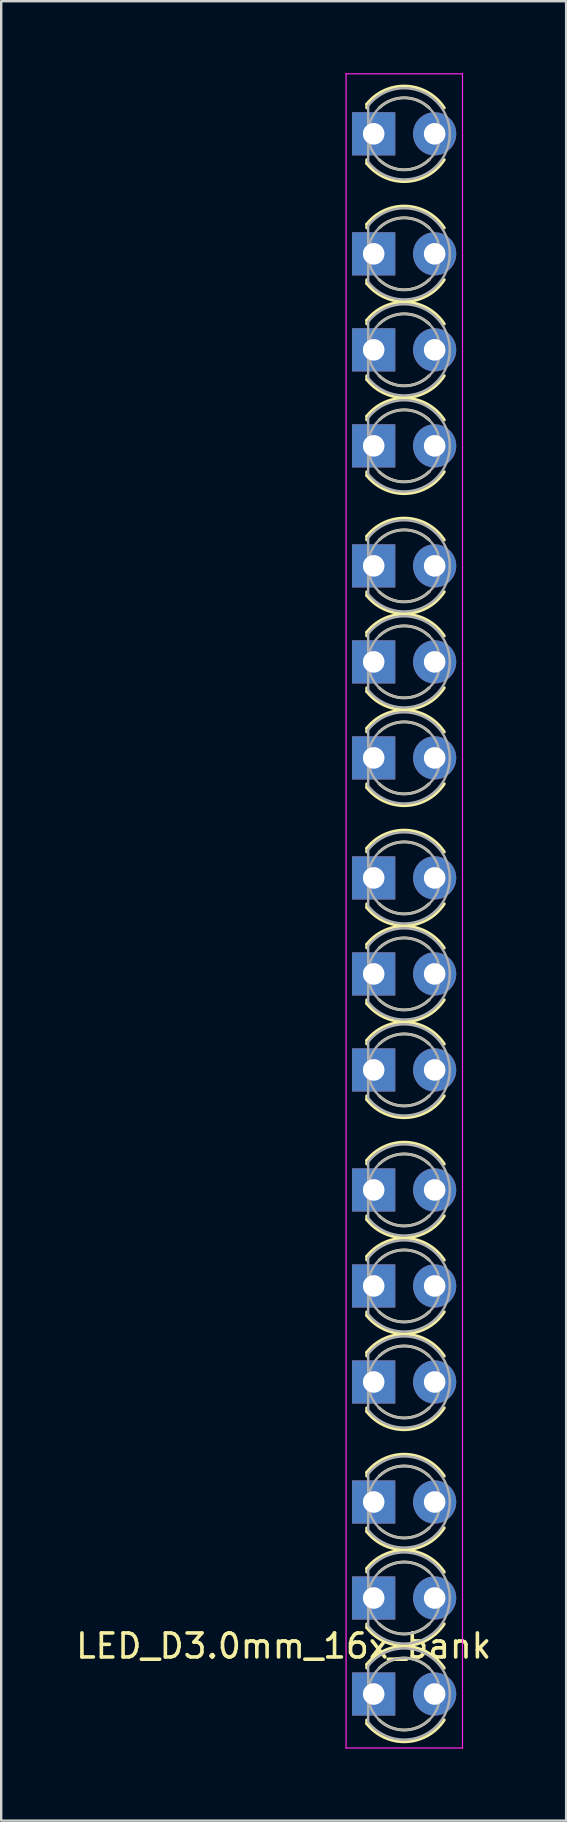
<source format=kicad_pcb>
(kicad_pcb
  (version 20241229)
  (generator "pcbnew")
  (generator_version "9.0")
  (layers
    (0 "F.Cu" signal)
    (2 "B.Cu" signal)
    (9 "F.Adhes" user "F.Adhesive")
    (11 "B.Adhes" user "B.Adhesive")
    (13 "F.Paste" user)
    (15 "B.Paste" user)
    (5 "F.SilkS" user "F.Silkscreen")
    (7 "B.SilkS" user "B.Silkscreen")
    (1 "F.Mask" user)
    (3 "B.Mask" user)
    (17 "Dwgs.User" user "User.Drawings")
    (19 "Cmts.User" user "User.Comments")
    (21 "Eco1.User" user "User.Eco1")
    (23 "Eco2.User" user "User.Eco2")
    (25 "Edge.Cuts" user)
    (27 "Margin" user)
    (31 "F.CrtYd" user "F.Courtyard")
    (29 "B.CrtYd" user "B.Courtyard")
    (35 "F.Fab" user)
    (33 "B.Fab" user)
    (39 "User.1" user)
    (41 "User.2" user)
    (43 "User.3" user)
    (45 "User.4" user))
  (footprint "LED_D3.0mm_16x_bank"
    (layer "F.Cu")
    (at 12.518 67.525)
    (property "Reference" "LED_D3.0mm_16x_bank" (at -3.75 -2 0) (layer "F.SilkS") (effects (font (size 1 1) (thickness 0.15))))
    (attr through_hole)
    (fp_line (start -0.29 -66.236) (end -0.29 -66.08) (stroke (width 0.12) (type solid)) (layer "F.SilkS"))
    (fp_line (start -0.29 -63.92) (end -0.29 -63.764) (stroke (width 0.12) (type solid)) (layer "F.SilkS"))
    (fp_line (start -0.29 -61.236) (end -0.29 -61.08) (stroke (width 0.12) (type solid)) (layer "F.SilkS"))
    (fp_line (start -0.29 -58.92) (end -0.29 -58.764) (stroke (width 0.12) (type solid)) (layer "F.SilkS"))
    (fp_line (start -0.29 -57.236) (end -0.29 -57.08) (stroke (width 0.12) (type solid)) (layer "F.SilkS"))
    (fp_line (start -0.29 -54.92) (end -0.29 -54.764) (stroke (width 0.12) (type solid)) (layer "F.SilkS"))
    (fp_line (start -0.29 -53.236) (end -0.29 -53.08) (stroke (width 0.12) (type solid)) (layer "F.SilkS"))
    (fp_line (start -0.29 -50.92) (end -0.29 -50.764) (stroke (width 0.12) (type solid)) (layer "F.SilkS"))
    (fp_line (start -0.29 -48.236) (end -0.29 -48.08) (stroke (width 0.12) (type solid)) (layer "F.SilkS"))
    (fp_line (start -0.29 -45.92) (end -0.29 -45.764) (stroke (width 0.12) (type solid)) (layer "F.SilkS"))
    (fp_line (start -0.29 -44.236) (end -0.29 -44.08) (stroke (width 0.12) (type solid)) (layer "F.SilkS"))
    (fp_line (start -0.29 -41.92) (end -0.29 -41.764) (stroke (width 0.12) (type solid)) (layer "F.SilkS"))
    (fp_line (start -0.29 -40.236) (end -0.29 -40.08) (stroke (width 0.12) (type solid)) (layer "F.SilkS"))
    (fp_line (start -0.29 -37.92) (end -0.29 -37.764) (stroke (width 0.12) (type solid)) (layer "F.SilkS"))
    (fp_line (start -0.29 -35.236) (end -0.29 -35.08) (stroke (width 0.12) (type solid)) (layer "F.SilkS"))
    (fp_line (start -0.29 -32.92) (end -0.29 -32.764) (stroke (width 0.12) (type solid)) (layer "F.SilkS"))
    (fp_line (start -0.29 -31.236) (end -0.29 -31.08) (stroke (width 0.12) (type solid)) (layer "F.SilkS"))
    (fp_line (start -0.29 -28.92) (end -0.29 -28.764) (stroke (width 0.12) (type solid)) (layer "F.SilkS"))
    (fp_line (start -0.29 -27.236) (end -0.29 -27.08) (stroke (width 0.12) (type solid)) (layer "F.SilkS"))
    (fp_line (start -0.29 -24.92) (end -0.29 -24.764) (stroke (width 0.12) (type solid)) (layer "F.SilkS"))
    (fp_line (start -0.29 -22.236) (end -0.29 -22.08) (stroke (width 0.12) (type solid)) (layer "F.SilkS"))
    (fp_line (start -0.29 -19.92) (end -0.29 -19.764) (stroke (width 0.12) (type solid)) (layer "F.SilkS"))
    (fp_line (start -0.29 -18.236) (end -0.29 -18.08) (stroke (width 0.12) (type solid)) (layer "F.SilkS"))
    (fp_line (start -0.29 -15.92) (end -0.29 -15.764) (stroke (width 0.12) (type solid)) (layer "F.SilkS"))
    (fp_line (start -0.29 -14.236) (end -0.29 -14.08) (stroke (width 0.12) (type solid)) (layer "F.SilkS"))
    (fp_line (start -0.29 -11.92) (end -0.29 -11.764) (stroke (width 0.12) (type solid)) (layer "F.SilkS"))
    (fp_line (start -0.29 -9.236) (end -0.29 -9.08) (stroke (width 0.12) (type solid)) (layer "F.SilkS"))
    (fp_line (start -0.29 -6.92) (end -0.29 -6.764) (stroke (width 0.12) (type solid)) (layer "F.SilkS"))
    (fp_line (start -0.29 -5.236) (end -0.29 -5.08) (stroke (width 0.12) (type solid)) (layer "F.SilkS"))
    (fp_line (start -0.29 -2.92) (end -0.29 -2.764) (stroke (width 0.12) (type solid)) (layer "F.SilkS"))
    (fp_line (start -0.29 -1.236) (end -0.29 -1.08) (stroke (width 0.12) (type solid)) (layer "F.SilkS"))
    (fp_line (start -0.29 1.08) (end -0.29 1.236) (stroke (width 0.12) (type solid)) (layer "F.SilkS"))
    (fp_arc (start -0.29 -66.235516) (mid 1.366487 -66.987659) (end 2.942335 -66.078608) (stroke (width 0.12) (type solid)) (layer "F.SilkS"))
    (fp_arc (start -0.29 -61.235516) (mid 1.366487 -61.987659) (end 2.942335 -61.078608) (stroke (width 0.12) (type solid)) (layer "F.SilkS"))
    (fp_arc (start -0.29 -57.235516) (mid 1.366487 -57.987659) (end 2.942335 -57.078608) (stroke (width 0.12) (type solid)) (layer "F.SilkS"))
    (fp_arc (start -0.29 -53.235516) (mid 1.366487 -53.987659) (end 2.942335 -53.078608) (stroke (width 0.12) (type solid)) (layer "F.SilkS"))
    (fp_arc (start -0.29 -48.235516) (mid 1.366487 -48.987659) (end 2.942335 -48.078608) (stroke (width 0.12) (type solid)) (layer "F.SilkS"))
    (fp_arc (start -0.29 -44.235516) (mid 1.366487 -44.987659) (end 2.942335 -44.078608) (stroke (width 0.12) (type solid)) (layer "F.SilkS"))
    (fp_arc (start -0.29 -40.235516) (mid 1.366487 -40.987659) (end 2.942335 -40.078608) (stroke (width 0.12) (type solid)) (layer "F.SilkS"))
    (fp_arc (start -0.29 -35.235516) (mid 1.366487 -35.987659) (end 2.942335 -35.078608) (stroke (width 0.12) (type solid)) (layer "F.SilkS"))
    (fp_arc (start -0.29 -31.235516) (mid 1.366487 -31.987659) (end 2.942335 -31.078608) (stroke (width 0.12) (type solid)) (layer "F.SilkS"))
    (fp_arc (start -0.29 -27.235516) (mid 1.366487 -27.987659) (end 2.942335 -27.078608) (stroke (width 0.12) (type solid)) (layer "F.SilkS"))
    (fp_arc (start -0.29 -22.235516) (mid 1.366487 -22.987659) (end 2.942335 -22.078608) (stroke (width 0.12) (type solid)) (layer "F.SilkS"))
    (fp_arc (start -0.29 -18.235516) (mid 1.366487 -18.987659) (end 2.942335 -18.078608) (stroke (width 0.12) (type solid)) (layer "F.SilkS"))
    (fp_arc (start -0.29 -14.235516) (mid 1.366487 -14.987659) (end 2.942335 -14.078608) (stroke (width 0.12) (type solid)) (layer "F.SilkS"))
    (fp_arc (start -0.29 -9.235516) (mid 1.366487 -9.987659) (end 2.942335 -9.078608) (stroke (width 0.12) (type solid)) (layer "F.SilkS"))
    (fp_arc (start -0.29 -5.235516) (mid 1.366487 -5.987659) (end 2.942335 -5.078608) (stroke (width 0.12) (type solid)) (layer "F.SilkS"))
    (fp_arc (start -0.29 -1.235516) (mid 1.366487 -1.987659) (end 2.942335 -1.078608) (stroke (width 0.12) (type solid)) (layer "F.SilkS"))
    (fp_arc (start 0.229039 -66.08) (mid 1.270117 -66.5) (end 2.31113 -66.079837) (stroke (width 0.12) (type solid)) (layer "F.SilkS"))
    (fp_arc (start 0.229039 -61.08) (mid 1.270117 -61.5) (end 2.31113 -61.079837) (stroke (width 0.12) (type solid)) (layer "F.SilkS"))
    (fp_arc (start 0.229039 -57.08) (mid 1.270117 -57.5) (end 2.31113 -57.079837) (stroke (width 0.12) (type solid)) (layer "F.SilkS"))
    (fp_arc (start 0.229039 -53.08) (mid 1.270117 -53.5) (end 2.31113 -53.079837) (stroke (width 0.12) (type solid)) (layer "F.SilkS"))
    (fp_arc (start 0.229039 -48.08) (mid 1.270117 -48.5) (end 2.31113 -48.079837) (stroke (width 0.12) (type solid)) (layer "F.SilkS"))
    (fp_arc (start 0.229039 -44.08) (mid 1.270117 -44.5) (end 2.31113 -44.079837) (stroke (width 0.12) (type solid)) (layer "F.SilkS"))
    (fp_arc (start 0.229039 -40.08) (mid 1.270117 -40.5) (end 2.31113 -40.079837) (stroke (width 0.12) (type solid)) (layer "F.SilkS"))
    (fp_arc (start 0.229039 -35.08) (mid 1.270117 -35.5) (end 2.31113 -35.079837) (stroke (width 0.12) (type solid)) (layer "F.SilkS"))
    (fp_arc (start 0.229039 -31.08) (mid 1.270117 -31.5) (end 2.31113 -31.079837) (stroke (width 0.12) (type solid)) (layer "F.SilkS"))
    (fp_arc (start 0.229039 -27.08) (mid 1.270117 -27.5) (end 2.31113 -27.079837) (stroke (width 0.12) (type solid)) (layer "F.SilkS"))
    (fp_arc (start 0.229039 -22.08) (mid 1.270117 -22.5) (end 2.31113 -22.079837) (stroke (width 0.12) (type solid)) (layer "F.SilkS"))
    (fp_arc (start 0.229039 -18.08) (mid 1.270117 -18.5) (end 2.31113 -18.079837) (stroke (width 0.12) (type solid)) (layer "F.SilkS"))
    (fp_arc (start 0.229039 -14.08) (mid 1.270117 -14.5) (end 2.31113 -14.079837) (stroke (width 0.12) (type solid)) (layer "F.SilkS"))
    (fp_arc (start 0.229039 -9.08) (mid 1.270117 -9.5) (end 2.31113 -9.079837) (stroke (width 0.12) (type solid)) (layer "F.SilkS"))
    (fp_arc (start 0.229039 -5.08) (mid 1.270117 -5.5) (end 2.31113 -5.079837) (stroke (width 0.12) (type solid)) (layer "F.SilkS"))
    (fp_arc (start 0.229039 -1.08) (mid 1.270117 -1.5) (end 2.31113 -1.079837) (stroke (width 0.12) (type solid)) (layer "F.SilkS"))
    (fp_arc (start 2.31113 -63.920163) (mid 1.270117 -63.5) (end 0.229039 -63.92) (stroke (width 0.12) (type solid)) (layer "F.SilkS"))
    (fp_arc (start 2.31113 -58.920163) (mid 1.270117 -58.5) (end 0.229039 -58.92) (stroke (width 0.12) (type solid)) (layer "F.SilkS"))
    (fp_arc (start 2.31113 -54.920163) (mid 1.270117 -54.5) (end 0.229039 -54.92) (stroke (width 0.12) (type solid)) (layer "F.SilkS"))
    (fp_arc (start 2.31113 -50.920163) (mid 1.270117 -50.5) (end 0.229039 -50.92) (stroke (width 0.12) (type solid)) (layer "F.SilkS"))
    (fp_arc (start 2.31113 -45.920163) (mid 1.270117 -45.5) (end 0.229039 -45.92) (stroke (width 0.12) (type solid)) (layer "F.SilkS"))
    (fp_arc (start 2.31113 -41.920163) (mid 1.270117 -41.5) (end 0.229039 -41.92) (stroke (width 0.12) (type solid)) (layer "F.SilkS"))
    (fp_arc (start 2.31113 -37.920163) (mid 1.270117 -37.5) (end 0.229039 -37.92) (stroke (width 0.12) (type solid)) (layer "F.SilkS"))
    (fp_arc (start 2.31113 -32.920163) (mid 1.270117 -32.5) (end 0.229039 -32.92) (stroke (width 0.12) (type solid)) (layer "F.SilkS"))
    (fp_arc (start 2.31113 -28.920163) (mid 1.270117 -28.5) (end 0.229039 -28.92) (stroke (width 0.12) (type solid)) (layer "F.SilkS"))
    (fp_arc (start 2.31113 -24.920163) (mid 1.270117 -24.5) (end 0.229039 -24.92) (stroke (width 0.12) (type solid)) (layer "F.SilkS"))
    (fp_arc (start 2.31113 -19.920163) (mid 1.270117 -19.5) (end 0.229039 -19.92) (stroke (width 0.12) (type solid)) (layer "F.SilkS"))
    (fp_arc (start 2.31113 -15.920163) (mid 1.270117 -15.5) (end 0.229039 -15.92) (stroke (width 0.12) (type solid)) (layer "F.SilkS"))
    (fp_arc (start 2.31113 -11.920163) (mid 1.270117 -11.5) (end 0.229039 -11.92) (stroke (width 0.12) (type solid)) (layer "F.SilkS"))
    (fp_arc (start 2.31113 -6.920163) (mid 1.270117 -6.5) (end 0.229039 -6.92) (stroke (width 0.12) (type solid)) (layer "F.SilkS"))
    (fp_arc (start 2.31113 -2.920163) (mid 1.270117 -2.5) (end 0.229039 -2.92) (stroke (width 0.12) (type solid)) (layer "F.SilkS"))
    (fp_arc (start 2.31113 1.079837) (mid 1.270117 1.5) (end 0.229039 1.08) (stroke (width 0.12) (type solid)) (layer "F.SilkS"))
    (fp_arc (start 2.942335 -63.921392) (mid 1.366487 -63.012341) (end -0.29 -63.764484) (stroke (width 0.12) (type solid)) (layer "F.SilkS"))
    (fp_arc (start 2.942335 -58.921392) (mid 1.366487 -58.012341) (end -0.29 -58.764484) (stroke (width 0.12) (type solid)) (layer "F.SilkS"))
    (fp_arc (start 2.942335 -54.921392) (mid 1.366487 -54.012341) (end -0.29 -54.764484) (stroke (width 0.12) (type solid)) (layer "F.SilkS"))
    (fp_arc (start 2.942335 -50.921392) (mid 1.366487 -50.012341) (end -0.29 -50.764484) (stroke (width 0.12) (type solid)) (layer "F.SilkS"))
    (fp_arc (start 2.942335 -45.921392) (mid 1.366487 -45.012341) (end -0.29 -45.764484) (stroke (width 0.12) (type solid)) (layer "F.SilkS"))
    (fp_arc (start 2.942335 -41.921392) (mid 1.366487 -41.012341) (end -0.29 -41.764484) (stroke (width 0.12) (type solid)) (layer "F.SilkS"))
    (fp_arc (start 2.942335 -37.921392) (mid 1.366487 -37.012341) (end -0.29 -37.764484) (stroke (width 0.12) (type solid)) (layer "F.SilkS"))
    (fp_arc (start 2.942335 -32.921392) (mid 1.366487 -32.012341) (end -0.29 -32.764484) (stroke (width 0.12) (type solid)) (layer "F.SilkS"))
    (fp_arc (start 2.942335 -28.921392) (mid 1.366487 -28.012341) (end -0.29 -28.764484) (stroke (width 0.12) (type solid)) (layer "F.SilkS"))
    (fp_arc (start 2.942335 -24.921392) (mid 1.366487 -24.012341) (end -0.29 -24.764484) (stroke (width 0.12) (type solid)) (layer "F.SilkS"))
    (fp_arc (start 2.942335 -19.921392) (mid 1.366487 -19.012341) (end -0.29 -19.764484) (stroke (width 0.12) (type solid)) (layer "F.SilkS"))
    (fp_arc (start 2.942335 -15.921392) (mid 1.366487 -15.012341) (end -0.29 -15.764484) (stroke (width 0.12) (type solid)) (layer "F.SilkS"))
    (fp_arc (start 2.942335 -11.921392) (mid 1.366487 -11.012341) (end -0.29 -11.764484) (stroke (width 0.12) (type solid)) (layer "F.SilkS"))
    (fp_arc (start 2.942335 -6.921392) (mid 1.366487 -6.012341) (end -0.29 -6.764484) (stroke (width 0.12) (type solid)) (layer "F.SilkS"))
    (fp_arc (start 2.942335 -2.921392) (mid 1.366487 -2.012341) (end -0.29 -2.764484) (stroke (width 0.12) (type solid)) (layer "F.SilkS"))
    (fp_arc (start 2.942335 1.078608) (mid 1.366487 1.987659) (end -0.29 1.235516) (stroke (width 0.12) (type solid)) (layer "F.SilkS"))
    (fp_line (start -1.15 -67.5) (end -1.15 2.25) (stroke (width 0.05) (type solid)) (layer "F.CrtYd"))
    (fp_line (start -1.15 2.25) (end 3.7 2.25) (stroke (width 0.05) (type solid)) (layer "F.CrtYd"))
    (fp_line (start 3.7 -67.5) (end -1.15 -67.5) (stroke (width 0.05) (type solid)) (layer "F.CrtYd"))
    (fp_line (start 3.7 -67.5) (end 3.7 2.25) (stroke (width 0.05) (type solid)) (layer "F.CrtYd"))
    (fp_line (start -0.23 -66.166) (end -0.23 -63.834) (stroke (width 0.1) (type solid)) (layer "F.Fab"))
    (fp_line (start -0.23 -61.166) (end -0.23 -58.834) (stroke (width 0.1) (type solid)) (layer "F.Fab"))
    (fp_line (start -0.23 -57.166) (end -0.23 -54.834) (stroke (width 0.1) (type solid)) (layer "F.Fab"))
    (fp_line (start -0.23 -53.166) (end -0.23 -50.834) (stroke (width 0.1) (type solid)) (layer "F.Fab"))
    (fp_line (start -0.23 -48.166) (end -0.23 -45.834) (stroke (width 0.1) (type solid)) (layer "F.Fab"))
    (fp_line (start -0.23 -44.166) (end -0.23 -41.834) (stroke (width 0.1) (type solid)) (layer "F.Fab"))
    (fp_line (start -0.23 -40.166) (end -0.23 -37.834) (stroke (width 0.1) (type solid)) (layer "F.Fab"))
    (fp_line (start -0.23 -35.166) (end -0.23 -32.834) (stroke (width 0.1) (type solid)) (layer "F.Fab"))
    (fp_line (start -0.23 -31.166) (end -0.23 -28.834) (stroke (width 0.1) (type solid)) (layer "F.Fab"))
    (fp_line (start -0.23 -27.166) (end -0.23 -24.834) (stroke (width 0.1) (type solid)) (layer "F.Fab"))
    (fp_line (start -0.23 -22.166) (end -0.23 -19.834) (stroke (width 0.1) (type solid)) (layer "F.Fab"))
    (fp_line (start -0.23 -18.166) (end -0.23 -15.834) (stroke (width 0.1) (type solid)) (layer "F.Fab"))
    (fp_line (start -0.23 -14.166) (end -0.23 -11.834) (stroke (width 0.1) (type solid)) (layer "F.Fab"))
    (fp_line (start -0.23 -9.166) (end -0.23 -6.834) (stroke (width 0.1) (type solid)) (layer "F.Fab"))
    (fp_line (start -0.23 -5.166) (end -0.23 -2.834) (stroke (width 0.1) (type solid)) (layer "F.Fab"))
    (fp_line (start -0.23 -1.166) (end -0.23 1.166) (stroke (width 0.1) (type solid)) (layer "F.Fab"))
    (fp_arc (start -0.23 -66.16619) (mid 3.17 -64.999548) (end -0.230555 -63.834524) (stroke (width 0.1) (type solid)) (layer "F.Fab"))
    (fp_arc (start -0.23 -61.16619) (mid 3.17 -59.999548) (end -0.230555 -58.834524) (stroke (width 0.1) (type solid)) (layer "F.Fab"))
    (fp_arc (start -0.23 -57.16619) (mid 3.17 -55.999548) (end -0.230555 -54.834524) (stroke (width 0.1) (type solid)) (layer "F.Fab"))
    (fp_arc (start -0.23 -53.16619) (mid 3.17 -51.999548) (end -0.230555 -50.834524) (stroke (width 0.1) (type solid)) (layer "F.Fab"))
    (fp_arc (start -0.23 -48.16619) (mid 3.17 -46.999548) (end -0.230555 -45.834524) (stroke (width 0.1) (type solid)) (layer "F.Fab"))
    (fp_arc (start -0.23 -44.16619) (mid 3.17 -42.999548) (end -0.230555 -41.834524) (stroke (width 0.1) (type solid)) (layer "F.Fab"))
    (fp_arc (start -0.23 -40.16619) (mid 3.17 -38.999548) (end -0.230555 -37.834524) (stroke (width 0.1) (type solid)) (layer "F.Fab"))
    (fp_arc (start -0.23 -35.16619) (mid 3.17 -33.999548) (end -0.230555 -32.834524) (stroke (width 0.1) (type solid)) (layer "F.Fab"))
    (fp_arc (start -0.23 -31.16619) (mid 3.17 -29.999548) (end -0.230555 -28.834524) (stroke (width 0.1) (type solid)) (layer "F.Fab"))
    (fp_arc (start -0.23 -27.16619) (mid 3.17 -25.999548) (end -0.230555 -24.834524) (stroke (width 0.1) (type solid)) (layer "F.Fab"))
    (fp_arc (start -0.23 -22.16619) (mid 3.17 -20.999548) (end -0.230555 -19.834524) (stroke (width 0.1) (type solid)) (layer "F.Fab"))
    (fp_arc (start -0.23 -18.16619) (mid 3.17 -16.999548) (end -0.230555 -15.834524) (stroke (width 0.1) (type solid)) (layer "F.Fab"))
    (fp_arc (start -0.23 -14.16619) (mid 3.17 -12.999548) (end -0.230555 -11.834524) (stroke (width 0.1) (type solid)) (layer "F.Fab"))
    (fp_arc (start -0.23 -9.16619) (mid 3.17 -7.999548) (end -0.230555 -6.834524) (stroke (width 0.1) (type solid)) (layer "F.Fab"))
    (fp_arc (start -0.23 -5.16619) (mid 3.17 -3.999548) (end -0.230555 -2.834524) (stroke (width 0.1) (type solid)) (layer "F.Fab"))
    (fp_arc (start -0.23 -1.16619) (mid 3.17 0.000452) (end -0.230555 1.165476) (stroke (width 0.1) (type solid)) (layer "F.Fab"))
    (fp_circle (center 1.27 -65) (end 2.77 -65) (stroke (width 0.1) (type solid)) (fill no) (layer "F.Fab"))
    (fp_circle (center 1.27 -60) (end 2.77 -60) (stroke (width 0.1) (type solid)) (fill no) (layer "F.Fab"))
    (fp_circle (center 1.27 -56) (end 2.77 -56) (stroke (width 0.1) (type solid)) (fill no) (layer "F.Fab"))
    (fp_circle (center 1.27 -52) (end 2.77 -52) (stroke (width 0.1) (type solid)) (fill no) (layer "F.Fab"))
    (fp_circle (center 1.27 -47) (end 2.77 -47) (stroke (width 0.1) (type solid)) (fill no) (layer "F.Fab"))
    (fp_circle (center 1.27 -43) (end 2.77 -43) (stroke (width 0.1) (type solid)) (fill no) (layer "F.Fab"))
    (fp_circle (center 1.27 -39) (end 2.77 -39) (stroke (width 0.1) (type solid)) (fill no) (layer "F.Fab"))
    (fp_circle (center 1.27 -34) (end 2.77 -34) (stroke (width 0.1) (type solid)) (fill no) (layer "F.Fab"))
    (fp_circle (center 1.27 -30) (end 2.77 -30) (stroke (width 0.1) (type solid)) (fill no) (layer "F.Fab"))
    (fp_circle (center 1.27 -26) (end 2.77 -26) (stroke (width 0.1) (type solid)) (fill no) (layer "F.Fab"))
    (fp_circle (center 1.27 -21) (end 2.77 -21) (stroke (width 0.1) (type solid)) (fill no) (layer "F.Fab"))
    (fp_circle (center 1.27 -17) (end 2.77 -17) (stroke (width 0.1) (type solid)) (fill no) (layer "F.Fab"))
    (fp_circle (center 1.27 -13) (end 2.77 -13) (stroke (width 0.1) (type solid)) (fill no) (layer "F.Fab"))
    (fp_circle (center 1.27 -8) (end 2.77 -8) (stroke (width 0.1) (type solid)) (fill no) (layer "F.Fab"))
    (fp_circle (center 1.27 -4) (end 2.77 -4) (stroke (width 0.1) (type solid)) (fill no) (layer "F.Fab"))
    (fp_circle (center 1.27 0) (end 2.77 0) (stroke (width 0.1) (type solid)) (fill no) (layer "F.Fab"))
    (pad "1" thru_hole rect (at 0 0) (size 1.8 1.8) (drill 0.9) (layers "*.Cu" "*.Mask"))
    (pad "2" thru_hole circle (at 2.54 0) (size 1.8 1.8) (drill 0.9) (layers "*.Cu" "*.Mask"))
    (pad "3" thru_hole rect (at 0 -4) (size 1.8 1.8) (drill 0.9) (layers "*.Cu" "*.Mask"))
    (pad "4" thru_hole circle (at 2.54 -4) (size 1.8 1.8) (drill 0.9) (layers "*.Cu" "*.Mask"))
    (pad "5" thru_hole rect (at 0 -8) (size 1.8 1.8) (drill 0.9) (layers "*.Cu" "*.Mask"))
    (pad "6" thru_hole circle (at 2.54 -8) (size 1.8 1.8) (drill 0.9) (layers "*.Cu" "*.Mask"))
    (pad "7" thru_hole rect (at 0 -13) (size 1.8 1.8) (drill 0.9) (layers "*.Cu" "*.Mask"))
    (pad "8" thru_hole circle (at 2.54 -13) (size 1.8 1.8) (drill 0.9) (layers "*.Cu" "*.Mask"))
    (pad "9" thru_hole rect (at 0 -17) (size 1.8 1.8) (drill 0.9) (layers "*.Cu" "*.Mask"))
    (pad "10" thru_hole circle (at 2.54 -17) (size 1.8 1.8) (drill 0.9) (layers "*.Cu" "*.Mask"))
    (pad "11" thru_hole rect (at 0 -21) (size 1.8 1.8) (drill 0.9) (layers "*.Cu" "*.Mask"))
    (pad "12" thru_hole circle (at 2.54 -21) (size 1.8 1.8) (drill 0.9) (layers "*.Cu" "*.Mask"))
    (pad "13" thru_hole rect (at 0 -26) (size 1.8 1.8) (drill 0.9) (layers "*.Cu" "*.Mask"))
    (pad "14" thru_hole circle (at 2.54 -26) (size 1.8 1.8) (drill 0.9) (layers "*.Cu" "*.Mask"))
    (pad "15" thru_hole rect (at 0 -30) (size 1.8 1.8) (drill 0.9) (layers "*.Cu" "*.Mask"))
    (pad "16" thru_hole circle (at 2.54 -30) (size 1.8 1.8) (drill 0.9) (layers "*.Cu" "*.Mask"))
    (pad "17" thru_hole rect (at 0 -34) (size 1.8 1.8) (drill 0.9) (layers "*.Cu" "*.Mask"))
    (pad "18" thru_hole circle (at 2.54 -34) (size 1.8 1.8) (drill 0.9) (layers "*.Cu" "*.Mask"))
    (pad "19" thru_hole rect (at 0 -39) (size 1.8 1.8) (drill 0.9) (layers "*.Cu" "*.Mask"))
    (pad "20" thru_hole circle (at 2.54 -39) (size 1.8 1.8) (drill 0.9) (layers "*.Cu" "*.Mask"))
    (pad "21" thru_hole rect (at 0 -43) (size 1.8 1.8) (drill 0.9) (layers "*.Cu" "*.Mask"))
    (pad "22" thru_hole circle (at 2.54 -43) (size 1.8 1.8) (drill 0.9) (layers "*.Cu" "*.Mask"))
    (pad "23" thru_hole rect (at 0 -47) (size 1.8 1.8) (drill 0.9) (layers "*.Cu" "*.Mask"))
    (pad "24" thru_hole circle (at 2.54 -47) (size 1.8 1.8) (drill 0.9) (layers "*.Cu" "*.Mask"))
    (pad "25" thru_hole rect (at 0 -52) (size 1.8 1.8) (drill 0.9) (layers "*.Cu" "*.Mask"))
    (pad "26" thru_hole circle (at 2.54 -52) (size 1.8 1.8) (drill 0.9) (layers "*.Cu" "*.Mask"))
    (pad "27" thru_hole rect (at 0 -56) (size 1.8 1.8) (drill 0.9) (layers "*.Cu" "*.Mask"))
    (pad "28" thru_hole circle (at 2.54 -56) (size 1.8 1.8) (drill 0.9) (layers "*.Cu" "*.Mask"))
    (pad "29" thru_hole rect (at 0 -60) (size 1.8 1.8) (drill 0.9) (layers "*.Cu" "*.Mask"))
    (pad "30" thru_hole circle (at 2.54 -60) (size 1.8 1.8) (drill 0.9) (layers "*.Cu" "*.Mask"))
    (pad "31" thru_hole rect (at 0 -65) (size 1.8 1.8) (drill 0.9) (layers "*.Cu" "*.Mask"))
    (pad "32" thru_hole circle (at 2.54 -65) (size 1.8 1.8) (drill 0.9) (layers "*.Cu" "*.Mask")))
  (gr_rect
    (start -3 -3)
    (end 20.536 72.8)
    (stroke (width 0.1) (type default))
    (fill no)
    (layer "Edge.Cuts")))
</source>
